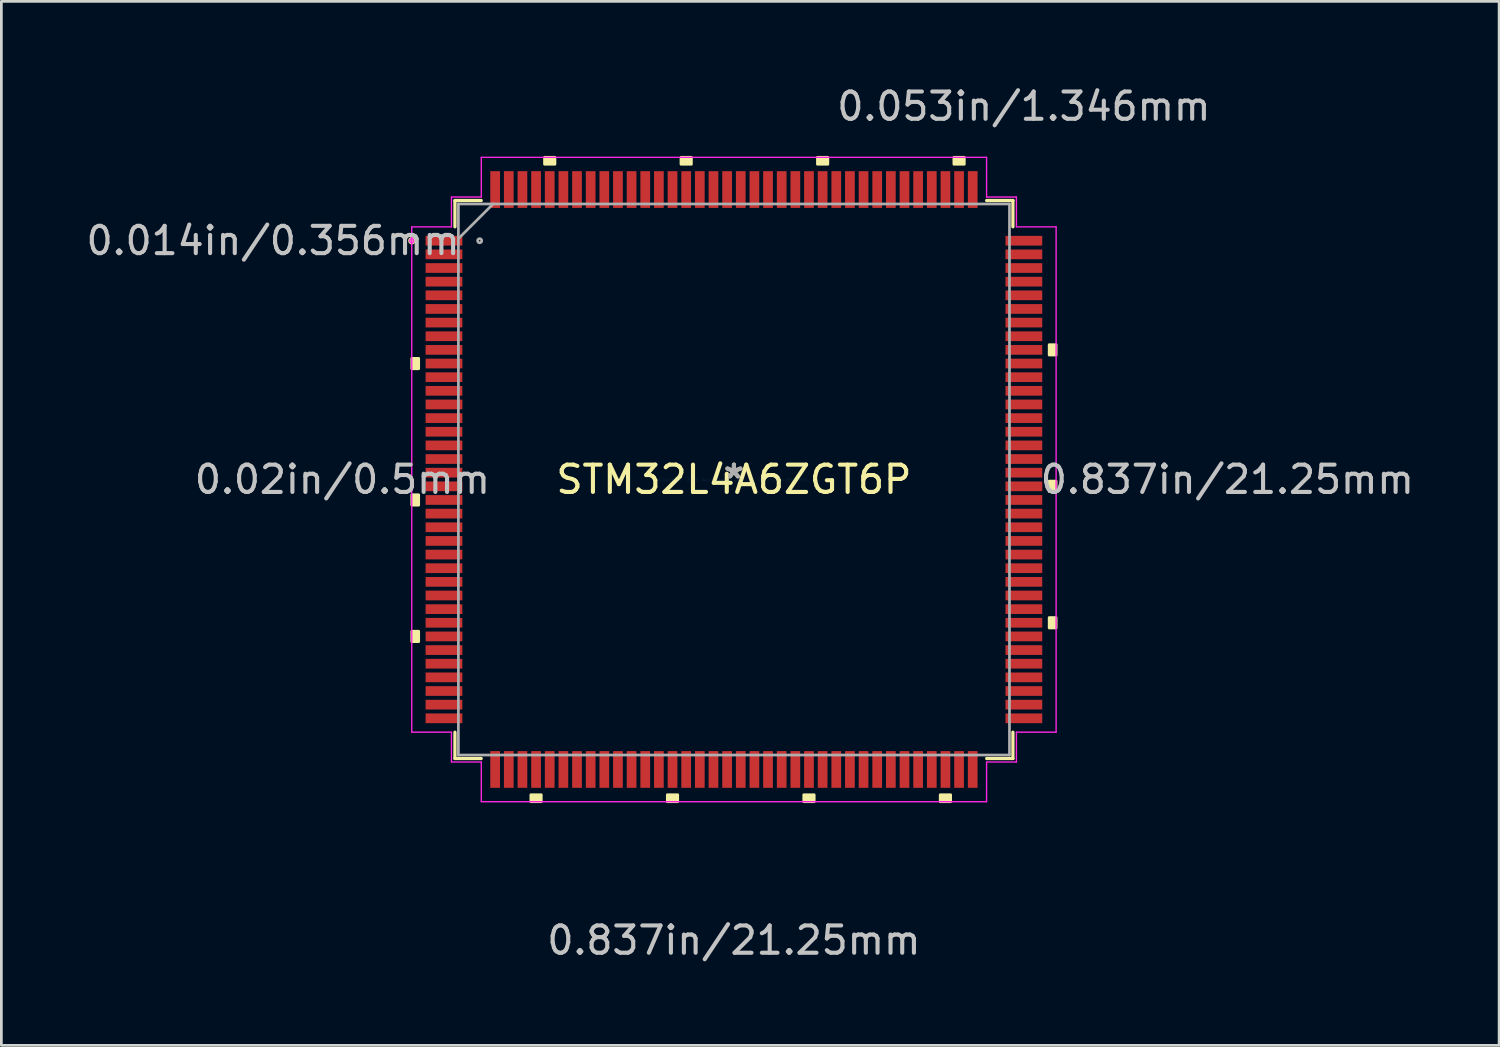
<source format=kicad_pcb>
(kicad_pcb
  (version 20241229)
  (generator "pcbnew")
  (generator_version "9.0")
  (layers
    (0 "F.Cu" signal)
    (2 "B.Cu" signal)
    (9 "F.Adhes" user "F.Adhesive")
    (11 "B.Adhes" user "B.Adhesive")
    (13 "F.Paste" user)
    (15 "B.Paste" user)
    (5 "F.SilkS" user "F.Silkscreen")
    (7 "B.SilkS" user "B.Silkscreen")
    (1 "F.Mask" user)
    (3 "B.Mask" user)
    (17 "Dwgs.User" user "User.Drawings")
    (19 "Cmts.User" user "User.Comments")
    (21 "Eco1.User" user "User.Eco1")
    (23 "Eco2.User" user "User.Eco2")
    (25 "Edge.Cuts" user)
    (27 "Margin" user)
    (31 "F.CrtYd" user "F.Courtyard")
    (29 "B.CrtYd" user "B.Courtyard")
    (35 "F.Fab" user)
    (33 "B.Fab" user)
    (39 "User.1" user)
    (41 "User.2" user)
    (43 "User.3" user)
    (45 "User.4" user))
  (footprint "STM32L4A6ZGT6P"
    (layer "F.Cu")
    (at 23.844 14.521)
    (property "Reference" "STM32L4A6ZGT6P" (at 0 0 0) (layer "F.SilkS") (effects (font (size 1 1) (thickness 0.15))))
    (attr through_hole)
    (fp_line (start -10.223 -10.223) (end -10.223 -9.261) (stroke (width 0.12) (type solid)) (layer "F.SilkS"))
    (fp_line (start -10.223 9.261) (end -10.223 10.223) (stroke (width 0.12) (type solid)) (layer "F.SilkS"))
    (fp_line (start -10.223 10.223) (end -9.261 10.223) (stroke (width 0.12) (type solid)) (layer "F.SilkS"))
    (fp_line (start -9.261 -10.223) (end -10.223 -10.223) (stroke (width 0.12) (type solid)) (layer "F.SilkS"))
    (fp_line (start 9.261 10.223) (end 10.223 10.223) (stroke (width 0.12) (type solid)) (layer "F.SilkS"))
    (fp_line (start 10.223 -10.223) (end 9.261 -10.223) (stroke (width 0.12) (type solid)) (layer "F.SilkS"))
    (fp_line (start 10.223 -9.261) (end 10.223 -10.223) (stroke (width 0.12) (type solid)) (layer "F.SilkS"))
    (fp_line (start 10.223 10.223) (end 10.223 9.261) (stroke (width 0.12) (type solid)) (layer "F.SilkS"))
    (fp_circle (center -11.802 -8.75) (end -11.726 -8.75) (stroke (width 0.12) (type solid)) (fill no) (layer "F.SilkS"))
    (fp_poly (pts (xy -11.806 -4.44) (xy -11.806 -4.059) (xy -11.552 -4.059) (xy -11.552 -4.44)) (stroke (width 0.1) (type solid)) (fill yes) (layer "F.SilkS"))
    (fp_poly (pts (xy -11.806 0.56) (xy -11.806 0.941) (xy -11.552 0.941) (xy -11.552 0.56)) (stroke (width 0.1) (type solid)) (fill yes) (layer "F.SilkS"))
    (fp_poly (pts (xy -11.806 5.56) (xy -11.806 5.941) (xy -11.552 5.941) (xy -11.552 5.56)) (stroke (width 0.1) (type solid)) (fill yes) (layer "F.SilkS"))
    (fp_poly (pts (xy -7.441 11.552) (xy -7.441 11.806) (xy -7.06 11.806) (xy -7.06 11.552)) (stroke (width 0.1) (type solid)) (fill yes) (layer "F.SilkS"))
    (fp_poly (pts (xy -6.94 -11.552) (xy -6.94 -11.806) (xy -6.559 -11.806) (xy -6.559 -11.552)) (stroke (width 0.1) (type solid)) (fill yes) (layer "F.SilkS"))
    (fp_poly (pts (xy -2.441 11.552) (xy -2.441 11.806) (xy -2.06 11.806) (xy -2.06 11.552)) (stroke (width 0.1) (type solid)) (fill yes) (layer "F.SilkS"))
    (fp_poly (pts (xy -1.94 -11.552) (xy -1.94 -11.806) (xy -1.559 -11.806) (xy -1.559 -11.552)) (stroke (width 0.1) (type solid)) (fill yes) (layer "F.SilkS"))
    (fp_poly (pts (xy 2.559 11.552) (xy 2.559 11.806) (xy 2.941 11.806) (xy 2.941 11.552)) (stroke (width 0.1) (type solid)) (fill yes) (layer "F.SilkS"))
    (fp_poly (pts (xy 3.06 -11.552) (xy 3.06 -11.806) (xy 3.441 -11.806) (xy 3.441 -11.552)) (stroke (width 0.1) (type solid)) (fill yes) (layer "F.SilkS"))
    (fp_poly (pts (xy 7.559 11.552) (xy 7.559 11.806) (xy 7.941 11.806) (xy 7.941 11.552)) (stroke (width 0.1) (type solid)) (fill yes) (layer "F.SilkS"))
    (fp_poly (pts (xy 8.06 -11.552) (xy 8.06 -11.806) (xy 8.441 -11.806) (xy 8.441 -11.552)) (stroke (width 0.1) (type solid)) (fill yes) (layer "F.SilkS"))
    (fp_poly (pts (xy 11.806 -4.941) (xy 11.806 -4.56) (xy 11.552 -4.56) (xy 11.552 -4.941)) (stroke (width 0.1) (type solid)) (fill yes) (layer "F.SilkS"))
    (fp_poly (pts (xy 11.806 0.059) (xy 11.806 0.441) (xy 11.552 0.441) (xy 11.552 0.059)) (stroke (width 0.1) (type solid)) (fill yes) (layer "F.SilkS"))
    (fp_poly (pts (xy 11.806 5.059) (xy 11.806 5.441) (xy 11.552 5.441) (xy 11.552 5.059)) (stroke (width 0.1) (type solid)) (fill yes) (layer "F.SilkS"))
    (fp_line (start -11.806 -9.258) (end -10.351 -9.258) (stroke (width 0.05) (type solid)) (layer "F.CrtYd"))
    (fp_line (start -11.806 9.258) (end -11.806 -9.258) (stroke (width 0.05) (type solid)) (layer "F.CrtYd"))
    (fp_line (start -10.351 -10.351) (end -9.258 -10.351) (stroke (width 0.05) (type solid)) (layer "F.CrtYd"))
    (fp_line (start -10.351 -9.258) (end -10.351 -10.351) (stroke (width 0.05) (type solid)) (layer "F.CrtYd"))
    (fp_line (start -10.351 9.258) (end -11.806 9.258) (stroke (width 0.05) (type solid)) (layer "F.CrtYd"))
    (fp_line (start -10.351 10.351) (end -10.351 9.258) (stroke (width 0.05) (type solid)) (layer "F.CrtYd"))
    (fp_line (start -9.258 -11.806) (end 9.258 -11.806) (stroke (width 0.05) (type solid)) (layer "F.CrtYd"))
    (fp_line (start -9.258 -10.351) (end -9.258 -11.806) (stroke (width 0.05) (type solid)) (layer "F.CrtYd"))
    (fp_line (start -9.258 10.351) (end -10.351 10.351) (stroke (width 0.05) (type solid)) (layer "F.CrtYd"))
    (fp_line (start -9.258 11.806) (end -9.258 10.351) (stroke (width 0.05) (type solid)) (layer "F.CrtYd"))
    (fp_line (start 9.258 -11.806) (end 9.258 -10.351) (stroke (width 0.05) (type solid)) (layer "F.CrtYd"))
    (fp_line (start 9.258 -10.351) (end 10.351 -10.351) (stroke (width 0.05) (type solid)) (layer "F.CrtYd"))
    (fp_line (start 9.258 10.351) (end 9.258 11.806) (stroke (width 0.05) (type solid)) (layer "F.CrtYd"))
    (fp_line (start 9.258 11.806) (end -9.258 11.806) (stroke (width 0.05) (type solid)) (layer "F.CrtYd"))
    (fp_line (start 10.351 -10.351) (end 10.351 -9.258) (stroke (width 0.05) (type solid)) (layer "F.CrtYd"))
    (fp_line (start 10.351 -9.258) (end 11.806 -9.258) (stroke (width 0.05) (type solid)) (layer "F.CrtYd"))
    (fp_line (start 10.351 9.258) (end 10.351 10.351) (stroke (width 0.05) (type solid)) (layer "F.CrtYd"))
    (fp_line (start 10.351 10.351) (end 9.258 10.351) (stroke (width 0.05) (type solid)) (layer "F.CrtYd"))
    (fp_line (start 11.806 -9.258) (end 11.806 9.258) (stroke (width 0.05) (type solid)) (layer "F.CrtYd"))
    (fp_line (start 11.806 9.258) (end 10.351 9.258) (stroke (width 0.05) (type solid)) (layer "F.CrtYd"))
    (fp_circle (center -11.802 -8.75) (end -11.726 -8.75) (stroke (width 0.05) (type solid)) (fill no) (layer "F.CrtYd"))
    (fp_line (start -10.097 -10.097) (end -10.097 10.097) (stroke (width 0.1) (type solid)) (layer "F.Fab"))
    (fp_line (start -10.097 -8.826) (end -8.826 -10.097) (stroke (width 0.1) (type solid)) (layer "F.Fab"))
    (fp_line (start -10.097 10.097) (end 10.097 10.097) (stroke (width 0.1) (type solid)) (layer "F.Fab"))
    (fp_line (start 10.097 -10.097) (end -10.097 -10.097) (stroke (width 0.1) (type solid)) (layer "F.Fab"))
    (fp_line (start 10.097 10.097) (end 10.097 -10.097) (stroke (width 0.1) (type solid)) (layer "F.Fab"))
    (fp_circle (center -9.317 -8.75) (end -9.241 -8.75) (stroke (width 0.1) (type solid)) (fill no) (layer "F.Fab"))
    (fp_text user "*" (at 0 0 0) (layer "F.SilkS") (effects (font (size 1 1) (thickness 0.15))))
    (fp_text user "0.837in/21.25mm" (at 18.08 0 0) (layer "Dwgs.User") (effects (font (size 1 1) (thickness 0.15))))
    (fp_text user "0.014in/0.356mm" (at -16.886 -8.75 0) (layer "Dwgs.User") (effects (font (size 1 1) (thickness 0.15))))
    (fp_text user "0.053in/1.346mm" (at 10.625 -13.673 0) (layer "Dwgs.User") (effects (font (size 1 1) (thickness 0.15))))
    (fp_text user "0.02in/0.5mm" (at -14.346 0 0) (layer "Dwgs.User") (effects (font (size 1 1) (thickness 0.15))))
    (fp_text user "0.837in/21.25mm" (at 0 16.886 0) (layer "Dwgs.User") (effects (font (size 1 1) (thickness 0.15))))
    (fp_text user "Copyright 2021 Accelerated Designs. All rights reserved." (at 0 0 0) (layer "Cmts.User") (effects (font (size 0.127 0.127) (thickness 0.002))))
    (fp_text user "*" (at 0 0 0) (layer "F.Fab") (effects (font (size 1 1) (thickness 0.15))))
    (pad "1" smd rect (at -10.625 -8.75) (size 1.346 0.356) (layers "F.Cu" "F.Mask" "F.Paste"))
    (pad "2" smd rect (at -10.625 -8.25) (size 1.346 0.356) (layers "F.Cu" "F.Mask" "F.Paste"))
    (pad "3" smd rect (at -10.625 -7.75) (size 1.346 0.356) (layers "F.Cu" "F.Mask" "F.Paste"))
    (pad "4" smd rect (at -10.625 -7.25) (size 1.346 0.356) (layers "F.Cu" "F.Mask" "F.Paste"))
    (pad "5" smd rect (at -10.625 -6.75) (size 1.346 0.356) (layers "F.Cu" "F.Mask" "F.Paste"))
    (pad "6" smd rect (at -10.625 -6.25) (size 1.346 0.356) (layers "F.Cu" "F.Mask" "F.Paste"))
    (pad "7" smd rect (at -10.625 -5.75) (size 1.346 0.356) (layers "F.Cu" "F.Mask" "F.Paste"))
    (pad "8" smd rect (at -10.625 -5.25) (size 1.346 0.356) (layers "F.Cu" "F.Mask" "F.Paste"))
    (pad "9" smd rect (at -10.625 -4.75) (size 1.346 0.356) (layers "F.Cu" "F.Mask" "F.Paste"))
    (pad "10" smd rect (at -10.625 -4.25) (size 1.346 0.356) (layers "F.Cu" "F.Mask" "F.Paste"))
    (pad "11" smd rect (at -10.625 -3.75) (size 1.346 0.356) (layers "F.Cu" "F.Mask" "F.Paste"))
    (pad "12" smd rect (at -10.625 -3.25) (size 1.346 0.356) (layers "F.Cu" "F.Mask" "F.Paste"))
    (pad "13" smd rect (at -10.625 -2.75) (size 1.346 0.356) (layers "F.Cu" "F.Mask" "F.Paste"))
    (pad "14" smd rect (at -10.625 -2.25) (size 1.346 0.356) (layers "F.Cu" "F.Mask" "F.Paste"))
    (pad "15" smd rect (at -10.625 -1.75) (size 1.346 0.356) (layers "F.Cu" "F.Mask" "F.Paste"))
    (pad "16" smd rect (at -10.625 -1.25) (size 1.346 0.356) (layers "F.Cu" "F.Mask" "F.Paste"))
    (pad "17" smd rect (at -10.625 -0.75) (size 1.346 0.356) (layers "F.Cu" "F.Mask" "F.Paste"))
    (pad "18" smd rect (at -10.625 -0.25) (size 1.346 0.356) (layers "F.Cu" "F.Mask" "F.Paste"))
    (pad "19" smd rect (at -10.625 0.25) (size 1.346 0.356) (layers "F.Cu" "F.Mask" "F.Paste"))
    (pad "20" smd rect (at -10.625 0.75) (size 1.346 0.356) (layers "F.Cu" "F.Mask" "F.Paste"))
    (pad "21" smd rect (at -10.625 1.25) (size 1.346 0.356) (layers "F.Cu" "F.Mask" "F.Paste"))
    (pad "22" smd rect (at -10.625 1.75) (size 1.346 0.356) (layers "F.Cu" "F.Mask" "F.Paste"))
    (pad "23" smd rect (at -10.625 2.25) (size 1.346 0.356) (layers "F.Cu" "F.Mask" "F.Paste"))
    (pad "24" smd rect (at -10.625 2.75) (size 1.346 0.356) (layers "F.Cu" "F.Mask" "F.Paste"))
    (pad "25" smd rect (at -10.625 3.25) (size 1.346 0.356) (layers "F.Cu" "F.Mask" "F.Paste"))
    (pad "26" smd rect (at -10.625 3.75) (size 1.346 0.356) (layers "F.Cu" "F.Mask" "F.Paste"))
    (pad "27" smd rect (at -10.625 4.25) (size 1.346 0.356) (layers "F.Cu" "F.Mask" "F.Paste"))
    (pad "28" smd rect (at -10.625 4.75) (size 1.346 0.356) (layers "F.Cu" "F.Mask" "F.Paste"))
    (pad "29" smd rect (at -10.625 5.25) (size 1.346 0.356) (layers "F.Cu" "F.Mask" "F.Paste"))
    (pad "30" smd rect (at -10.625 5.75) (size 1.346 0.356) (layers "F.Cu" "F.Mask" "F.Paste"))
    (pad "31" smd rect (at -10.625 6.25) (size 1.346 0.356) (layers "F.Cu" "F.Mask" "F.Paste"))
    (pad "32" smd rect (at -10.625 6.75) (size 1.346 0.356) (layers "F.Cu" "F.Mask" "F.Paste"))
    (pad "33" smd rect (at -10.625 7.25) (size 1.346 0.356) (layers "F.Cu" "F.Mask" "F.Paste"))
    (pad "34" smd rect (at -10.625 7.75) (size 1.346 0.356) (layers "F.Cu" "F.Mask" "F.Paste"))
    (pad "35" smd rect (at -10.625 8.25) (size 1.346 0.356) (layers "F.Cu" "F.Mask" "F.Paste"))
    (pad "36" smd rect (at -10.625 8.75) (size 1.346 0.356) (layers "F.Cu" "F.Mask" "F.Paste"))
    (pad "37" smd rect (at -8.75 10.625 90) (size 1.346 0.356) (layers "F.Cu" "F.Mask" "F.Paste"))
    (pad "38" smd rect (at -8.25 10.625 90) (size 1.346 0.356) (layers "F.Cu" "F.Mask" "F.Paste"))
    (pad "39" smd rect (at -7.75 10.625 90) (size 1.346 0.356) (layers "F.Cu" "F.Mask" "F.Paste"))
    (pad "40" smd rect (at -7.25 10.625 90) (size 1.346 0.356) (layers "F.Cu" "F.Mask" "F.Paste"))
    (pad "41" smd rect (at -6.75 10.625 90) (size 1.346 0.356) (layers "F.Cu" "F.Mask" "F.Paste"))
    (pad "42" smd rect (at -6.25 10.625 90) (size 1.346 0.356) (layers "F.Cu" "F.Mask" "F.Paste"))
    (pad "43" smd rect (at -5.75 10.625 90) (size 1.346 0.356) (layers "F.Cu" "F.Mask" "F.Paste"))
    (pad "44" smd rect (at -5.25 10.625 90) (size 1.346 0.356) (layers "F.Cu" "F.Mask" "F.Paste"))
    (pad "45" smd rect (at -4.75 10.625 90) (size 1.346 0.356) (layers "F.Cu" "F.Mask" "F.Paste"))
    (pad "46" smd rect (at -4.25 10.625 90) (size 1.346 0.356) (layers "F.Cu" "F.Mask" "F.Paste"))
    (pad "47" smd rect (at -3.75 10.625 90) (size 1.346 0.356) (layers "F.Cu" "F.Mask" "F.Paste"))
    (pad "48" smd rect (at -3.25 10.625 90) (size 1.346 0.356) (layers "F.Cu" "F.Mask" "F.Paste"))
    (pad "49" smd rect (at -2.75 10.625 90) (size 1.346 0.356) (layers "F.Cu" "F.Mask" "F.Paste"))
    (pad "50" smd rect (at -2.25 10.625 90) (size 1.346 0.356) (layers "F.Cu" "F.Mask" "F.Paste"))
    (pad "51" smd rect (at -1.75 10.625 90) (size 1.346 0.356) (layers "F.Cu" "F.Mask" "F.Paste"))
    (pad "52" smd rect (at -1.25 10.625 90) (size 1.346 0.356) (layers "F.Cu" "F.Mask" "F.Paste"))
    (pad "53" smd rect (at -0.75 10.625 90) (size 1.346 0.356) (layers "F.Cu" "F.Mask" "F.Paste"))
    (pad "54" smd rect (at -0.25 10.625 90) (size 1.346 0.356) (layers "F.Cu" "F.Mask" "F.Paste"))
    (pad "55" smd rect (at 0.25 10.625 90) (size 1.346 0.356) (layers "F.Cu" "F.Mask" "F.Paste"))
    (pad "56" smd rect (at 0.75 10.625 90) (size 1.346 0.356) (layers "F.Cu" "F.Mask" "F.Paste"))
    (pad "57" smd rect (at 1.25 10.625 90) (size 1.346 0.356) (layers "F.Cu" "F.Mask" "F.Paste"))
    (pad "58" smd rect (at 1.75 10.625 90) (size 1.346 0.356) (layers "F.Cu" "F.Mask" "F.Paste"))
    (pad "59" smd rect (at 2.25 10.625 90) (size 1.346 0.356) (layers "F.Cu" "F.Mask" "F.Paste"))
    (pad "60" smd rect (at 2.75 10.625 90) (size 1.346 0.356) (layers "F.Cu" "F.Mask" "F.Paste"))
    (pad "61" smd rect (at 3.25 10.625 90) (size 1.346 0.356) (layers "F.Cu" "F.Mask" "F.Paste"))
    (pad "62" smd rect (at 3.75 10.625 90) (size 1.346 0.356) (layers "F.Cu" "F.Mask" "F.Paste"))
    (pad "63" smd rect (at 4.25 10.625 90) (size 1.346 0.356) (layers "F.Cu" "F.Mask" "F.Paste"))
    (pad "64" smd rect (at 4.75 10.625 90) (size 1.346 0.356) (layers "F.Cu" "F.Mask" "F.Paste"))
    (pad "65" smd rect (at 5.25 10.625 90) (size 1.346 0.356) (layers "F.Cu" "F.Mask" "F.Paste"))
    (pad "66" smd rect (at 5.75 10.625 90) (size 1.346 0.356) (layers "F.Cu" "F.Mask" "F.Paste"))
    (pad "67" smd rect (at 6.25 10.625 90) (size 1.346 0.356) (layers "F.Cu" "F.Mask" "F.Paste"))
    (pad "68" smd rect (at 6.75 10.625 90) (size 1.346 0.356) (layers "F.Cu" "F.Mask" "F.Paste"))
    (pad "69" smd rect (at 7.25 10.625 90) (size 1.346 0.356) (layers "F.Cu" "F.Mask" "F.Paste"))
    (pad "70" smd rect (at 7.75 10.625 90) (size 1.346 0.356) (layers "F.Cu" "F.Mask" "F.Paste"))
    (pad "71" smd rect (at 8.25 10.625 90) (size 1.346 0.356) (layers "F.Cu" "F.Mask" "F.Paste"))
    (pad "72" smd rect (at 8.75 10.625 90) (size 1.346 0.356) (layers "F.Cu" "F.Mask" "F.Paste"))
    (pad "73" smd rect (at 10.625 8.75) (size 1.346 0.356) (layers "F.Cu" "F.Mask" "F.Paste"))
    (pad "74" smd rect (at 10.625 8.25) (size 1.346 0.356) (layers "F.Cu" "F.Mask" "F.Paste"))
    (pad "75" smd rect (at 10.625 7.75) (size 1.346 0.356) (layers "F.Cu" "F.Mask" "F.Paste"))
    (pad "76" smd rect (at 10.625 7.25) (size 1.346 0.356) (layers "F.Cu" "F.Mask" "F.Paste"))
    (pad "77" smd rect (at 10.625 6.75) (size 1.346 0.356) (layers "F.Cu" "F.Mask" "F.Paste"))
    (pad "78" smd rect (at 10.625 6.25) (size 1.346 0.356) (layers "F.Cu" "F.Mask" "F.Paste"))
    (pad "79" smd rect (at 10.625 5.75) (size 1.346 0.356) (layers "F.Cu" "F.Mask" "F.Paste"))
    (pad "80" smd rect (at 10.625 5.25) (size 1.346 0.356) (layers "F.Cu" "F.Mask" "F.Paste"))
    (pad "81" smd rect (at 10.625 4.75) (size 1.346 0.356) (layers "F.Cu" "F.Mask" "F.Paste"))
    (pad "82" smd rect (at 10.625 4.25) (size 1.346 0.356) (layers "F.Cu" "F.Mask" "F.Paste"))
    (pad "83" smd rect (at 10.625 3.75) (size 1.346 0.356) (layers "F.Cu" "F.Mask" "F.Paste"))
    (pad "84" smd rect (at 10.625 3.25) (size 1.346 0.356) (layers "F.Cu" "F.Mask" "F.Paste"))
    (pad "85" smd rect (at 10.625 2.75) (size 1.346 0.356) (layers "F.Cu" "F.Mask" "F.Paste"))
    (pad "86" smd rect (at 10.625 2.25) (size 1.346 0.356) (layers "F.Cu" "F.Mask" "F.Paste"))
    (pad "87" smd rect (at 10.625 1.75) (size 1.346 0.356) (layers "F.Cu" "F.Mask" "F.Paste"))
    (pad "88" smd rect (at 10.625 1.25) (size 1.346 0.356) (layers "F.Cu" "F.Mask" "F.Paste"))
    (pad "89" smd rect (at 10.625 0.75) (size 1.346 0.356) (layers "F.Cu" "F.Mask" "F.Paste"))
    (pad "90" smd rect (at 10.625 0.25) (size 1.346 0.356) (layers "F.Cu" "F.Mask" "F.Paste"))
    (pad "91" smd rect (at 10.625 -0.25) (size 1.346 0.356) (layers "F.Cu" "F.Mask" "F.Paste"))
    (pad "92" smd rect (at 10.625 -0.75) (size 1.346 0.356) (layers "F.Cu" "F.Mask" "F.Paste"))
    (pad "93" smd rect (at 10.625 -1.25) (size 1.346 0.356) (layers "F.Cu" "F.Mask" "F.Paste"))
    (pad "94" smd rect (at 10.625 -1.75) (size 1.346 0.356) (layers "F.Cu" "F.Mask" "F.Paste"))
    (pad "95" smd rect (at 10.625 -2.25) (size 1.346 0.356) (layers "F.Cu" "F.Mask" "F.Paste"))
    (pad "96" smd rect (at 10.625 -2.75) (size 1.346 0.356) (layers "F.Cu" "F.Mask" "F.Paste"))
    (pad "97" smd rect (at 10.625 -3.25) (size 1.346 0.356) (layers "F.Cu" "F.Mask" "F.Paste"))
    (pad "98" smd rect (at 10.625 -3.75) (size 1.346 0.356) (layers "F.Cu" "F.Mask" "F.Paste"))
    (pad "99" smd rect (at 10.625 -4.25) (size 1.346 0.356) (layers "F.Cu" "F.Mask" "F.Paste"))
    (pad "100" smd rect (at 10.625 -4.75) (size 1.346 0.356) (layers "F.Cu" "F.Mask" "F.Paste"))
    (pad "101" smd rect (at 10.625 -5.25) (size 1.346 0.356) (layers "F.Cu" "F.Mask" "F.Paste"))
    (pad "102" smd rect (at 10.625 -5.75) (size 1.346 0.356) (layers "F.Cu" "F.Mask" "F.Paste"))
    (pad "103" smd rect (at 10.625 -6.25) (size 1.346 0.356) (layers "F.Cu" "F.Mask" "F.Paste"))
    (pad "104" smd rect (at 10.625 -6.75) (size 1.346 0.356) (layers "F.Cu" "F.Mask" "F.Paste"))
    (pad "105" smd rect (at 10.625 -7.25) (size 1.346 0.356) (layers "F.Cu" "F.Mask" "F.Paste"))
    (pad "106" smd rect (at 10.625 -7.75) (size 1.346 0.356) (layers "F.Cu" "F.Mask" "F.Paste"))
    (pad "107" smd rect (at 10.625 -8.25) (size 1.346 0.356) (layers "F.Cu" "F.Mask" "F.Paste"))
    (pad "108" smd rect (at 10.625 -8.75) (size 1.346 0.356) (layers "F.Cu" "F.Mask" "F.Paste"))
    (pad "109" smd rect (at 8.75 -10.625 90) (size 1.346 0.356) (layers "F.Cu" "F.Mask" "F.Paste"))
    (pad "110" smd rect (at 8.25 -10.625 90) (size 1.346 0.356) (layers "F.Cu" "F.Mask" "F.Paste"))
    (pad "111" smd rect (at 7.75 -10.625 90) (size 1.346 0.356) (layers "F.Cu" "F.Mask" "F.Paste"))
    (pad "112" smd rect (at 7.25 -10.625 90) (size 1.346 0.356) (layers "F.Cu" "F.Mask" "F.Paste"))
    (pad "113" smd rect (at 6.75 -10.625 90) (size 1.346 0.356) (layers "F.Cu" "F.Mask" "F.Paste"))
    (pad "114" smd rect (at 6.25 -10.625 90) (size 1.346 0.356) (layers "F.Cu" "F.Mask" "F.Paste"))
    (pad "115" smd rect (at 5.75 -10.625 90) (size 1.346 0.356) (layers "F.Cu" "F.Mask" "F.Paste"))
    (pad "116" smd rect (at 5.25 -10.625 90) (size 1.346 0.356) (layers "F.Cu" "F.Mask" "F.Paste"))
    (pad "117" smd rect (at 4.75 -10.625 90) (size 1.346 0.356) (layers "F.Cu" "F.Mask" "F.Paste"))
    (pad "118" smd rect (at 4.25 -10.625 90) (size 1.346 0.356) (layers "F.Cu" "F.Mask" "F.Paste"))
    (pad "119" smd rect (at 3.75 -10.625 90) (size 1.346 0.356) (layers "F.Cu" "F.Mask" "F.Paste"))
    (pad "120" smd rect (at 3.25 -10.625 90) (size 1.346 0.356) (layers "F.Cu" "F.Mask" "F.Paste"))
    (pad "121" smd rect (at 2.75 -10.625 90) (size 1.346 0.356) (layers "F.Cu" "F.Mask" "F.Paste"))
    (pad "122" smd rect (at 2.25 -10.625 90) (size 1.346 0.356) (layers "F.Cu" "F.Mask" "F.Paste"))
    (pad "123" smd rect (at 1.75 -10.625 90) (size 1.346 0.356) (layers "F.Cu" "F.Mask" "F.Paste"))
    (pad "124" smd rect (at 1.25 -10.625 90) (size 1.346 0.356) (layers "F.Cu" "F.Mask" "F.Paste"))
    (pad "125" smd rect (at 0.75 -10.625 90) (size 1.346 0.356) (layers "F.Cu" "F.Mask" "F.Paste"))
    (pad "126" smd rect (at 0.25 -10.625 90) (size 1.346 0.356) (layers "F.Cu" "F.Mask" "F.Paste"))
    (pad "127" smd rect (at -0.25 -10.625 90) (size 1.346 0.356) (layers "F.Cu" "F.Mask" "F.Paste"))
    (pad "128" smd rect (at -0.75 -10.625 90) (size 1.346 0.356) (layers "F.Cu" "F.Mask" "F.Paste"))
    (pad "129" smd rect (at -1.25 -10.625 90) (size 1.346 0.356) (layers "F.Cu" "F.Mask" "F.Paste"))
    (pad "130" smd rect (at -1.75 -10.625 90) (size 1.346 0.356) (layers "F.Cu" "F.Mask" "F.Paste"))
    (pad "131" smd rect (at -2.25 -10.625 90) (size 1.346 0.356) (layers "F.Cu" "F.Mask" "F.Paste"))
    (pad "132" smd rect (at -2.75 -10.625 90) (size 1.346 0.356) (layers "F.Cu" "F.Mask" "F.Paste"))
    (pad "133" smd rect (at -3.25 -10.625 90) (size 1.346 0.356) (layers "F.Cu" "F.Mask" "F.Paste"))
    (pad "134" smd rect (at -3.75 -10.625 90) (size 1.346 0.356) (layers "F.Cu" "F.Mask" "F.Paste"))
    (pad "135" smd rect (at -4.25 -10.625 90) (size 1.346 0.356) (layers "F.Cu" "F.Mask" "F.Paste"))
    (pad "136" smd rect (at -4.75 -10.625 90) (size 1.346 0.356) (layers "F.Cu" "F.Mask" "F.Paste"))
    (pad "137" smd rect (at -5.25 -10.625 90) (size 1.346 0.356) (layers "F.Cu" "F.Mask" "F.Paste"))
    (pad "138" smd rect (at -5.75 -10.625 90) (size 1.346 0.356) (layers "F.Cu" "F.Mask" "F.Paste"))
    (pad "139" smd rect (at -6.25 -10.625 90) (size 1.346 0.356) (layers "F.Cu" "F.Mask" "F.Paste"))
    (pad "140" smd rect (at -6.75 -10.625 90) (size 1.346 0.356) (layers "F.Cu" "F.Mask" "F.Paste"))
    (pad "141" smd rect (at -7.25 -10.625 90) (size 1.346 0.356) (layers "F.Cu" "F.Mask" "F.Paste"))
    (pad "142" smd rect (at -7.75 -10.625 90) (size 1.346 0.356) (layers "F.Cu" "F.Mask" "F.Paste"))
    (pad "143" smd rect (at -8.25 -10.625 90) (size 1.346 0.356) (layers "F.Cu" "F.Mask" "F.Paste"))
    (pad "144" smd rect (at -8.75 -10.625 90) (size 1.346 0.356) (layers "F.Cu" "F.Mask" "F.Paste")))
  (gr_rect
    (start -3 -3)
    (end 51.883 35.256)
    (stroke (width 0.1) (type default))
    (fill no)
    (layer "Edge.Cuts")))
</source>
